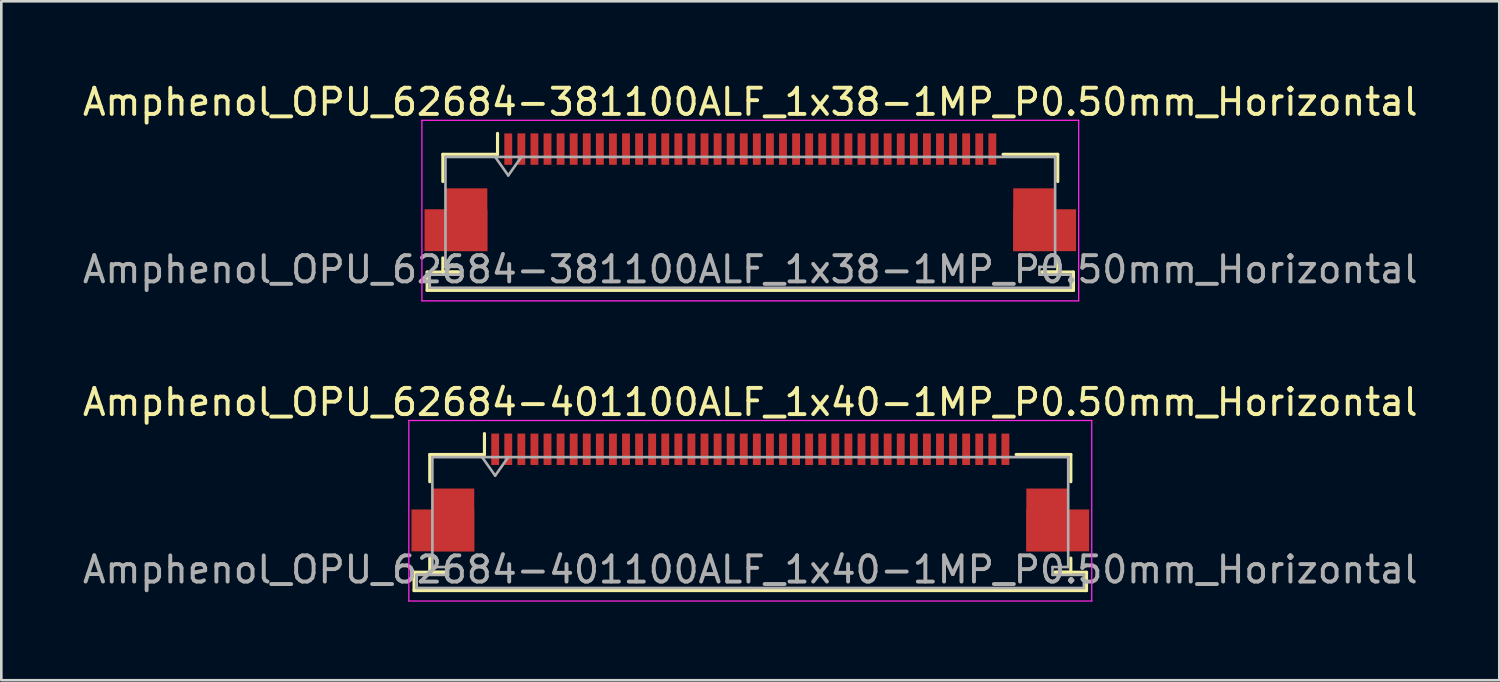
<source format=kicad_pcb>
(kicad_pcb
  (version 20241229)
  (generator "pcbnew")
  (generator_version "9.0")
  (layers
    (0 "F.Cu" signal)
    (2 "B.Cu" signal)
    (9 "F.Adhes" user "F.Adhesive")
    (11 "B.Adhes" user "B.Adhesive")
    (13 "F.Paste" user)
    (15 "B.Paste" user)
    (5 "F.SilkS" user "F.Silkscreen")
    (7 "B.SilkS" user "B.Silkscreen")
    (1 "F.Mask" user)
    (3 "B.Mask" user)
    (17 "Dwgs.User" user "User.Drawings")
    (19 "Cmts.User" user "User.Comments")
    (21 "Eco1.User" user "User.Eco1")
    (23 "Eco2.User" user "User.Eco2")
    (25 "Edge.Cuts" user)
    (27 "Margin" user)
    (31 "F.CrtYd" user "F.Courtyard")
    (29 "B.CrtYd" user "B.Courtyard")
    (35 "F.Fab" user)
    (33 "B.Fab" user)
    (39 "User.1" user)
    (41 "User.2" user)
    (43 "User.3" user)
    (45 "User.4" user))
  (footprint "Amphenol_OPU_62684-381100ALF_1x38-1MP_P0.50mm_Horizontal"
    (layer "F.Cu")
    (at 25.625 4.298)
    (property "Reference" "Amphenol_OPU_62684-381100ALF_1x38-1MP_P0.50mm_Horizontal" (at 0 -3.45 0) (layer "F.SilkS") (effects (font (size 1 1) (thickness 0.15))))
    (attr smd)
    (fp_line (start -12.35 3.05) (end -12.35 3.75) (stroke (width 0.12) (type solid)) (layer "F.SilkS"))
    (fp_line (start -12.35 3.75) (end 12.35 3.75) (stroke (width 0.12) (type solid)) (layer "F.SilkS"))
    (fp_line (start -11.75 -1.45) (end -11.75 -0.41) (stroke (width 0.12) (type solid)) (layer "F.SilkS"))
    (fp_line (start -11.75 2.51) (end -11.75 3.05) (stroke (width 0.12) (type solid)) (layer "F.SilkS"))
    (fp_line (start -11.75 3.05) (end -11.15 3.05) (stroke (width 0.12) (type solid)) (layer "F.SilkS"))
    (fp_line (start -11.15 3.05) (end -12.35 3.05) (stroke (width 0.12) (type solid)) (layer "F.SilkS"))
    (fp_line (start -9.66 -1.45) (end -11.75 -1.45) (stroke (width 0.12) (type solid)) (layer "F.SilkS"))
    (fp_line (start -9.66 -1.45) (end -9.66 -2.25) (stroke (width 0.12) (type solid)) (layer "F.SilkS"))
    (fp_line (start 9.66 -1.45) (end 11.75 -1.45) (stroke (width 0.12) (type solid)) (layer "F.SilkS"))
    (fp_line (start 11.15 3.05) (end 11.75 3.05) (stroke (width 0.12) (type solid)) (layer "F.SilkS"))
    (fp_line (start 11.75 -1.45) (end 11.75 -0.41) (stroke (width 0.12) (type solid)) (layer "F.SilkS"))
    (fp_line (start 11.75 3.05) (end 11.75 2.51) (stroke (width 0.12) (type solid)) (layer "F.SilkS"))
    (fp_line (start 12.35 3.05) (end 11.15 3.05) (stroke (width 0.12) (type solid)) (layer "F.SilkS"))
    (fp_line (start 12.35 3.75) (end 12.35 3.05) (stroke (width 0.12) (type solid)) (layer "F.SilkS"))
    (fp_line (start -12.55 -2.75) (end -12.55 4.15) (stroke (width 0.05) (type solid)) (layer "F.CrtYd"))
    (fp_line (start -12.55 4.15) (end 12.55 4.15) (stroke (width 0.05) (type solid)) (layer "F.CrtYd"))
    (fp_line (start 12.55 -2.75) (end -12.55 -2.75) (stroke (width 0.05) (type solid)) (layer "F.CrtYd"))
    (fp_line (start 12.55 4.15) (end 12.55 -2.75) (stroke (width 0.05) (type solid)) (layer "F.CrtYd"))
    (fp_line (start -12.25 3.15) (end -12.25 3.65) (stroke (width 0.1) (type solid)) (layer "F.Fab"))
    (fp_line (start -12.25 3.65) (end 0 3.65) (stroke (width 0.1) (type solid)) (layer "F.Fab"))
    (fp_line (start -11.65 -1.35) (end -11.65 2.85) (stroke (width 0.1) (type solid)) (layer "F.Fab"))
    (fp_line (start -11.65 2.85) (end -11.05 2.85) (stroke (width 0.1) (type solid)) (layer "F.Fab"))
    (fp_line (start -11.05 2.85) (end -11.05 3.15) (stroke (width 0.1) (type solid)) (layer "F.Fab"))
    (fp_line (start -11.05 3.15) (end -12.25 3.15) (stroke (width 0.1) (type solid)) (layer "F.Fab"))
    (fp_line (start -9.75 -1.35) (end -9.25 -0.643) (stroke (width 0.1) (type solid)) (layer "F.Fab"))
    (fp_line (start -9.25 -0.643) (end -8.75 -1.35) (stroke (width 0.1) (type solid)) (layer "F.Fab"))
    (fp_line (start 0 -1.35) (end -11.65 -1.35) (stroke (width 0.1) (type solid)) (layer "F.Fab"))
    (fp_line (start 0 -1.35) (end 11.65 -1.35) (stroke (width 0.1) (type solid)) (layer "F.Fab"))
    (fp_line (start 11.05 2.85) (end 11.05 3.15) (stroke (width 0.1) (type solid)) (layer "F.Fab"))
    (fp_line (start 11.05 3.15) (end 12.25 3.15) (stroke (width 0.1) (type solid)) (layer "F.Fab"))
    (fp_line (start 11.65 -1.35) (end 11.65 2.85) (stroke (width 0.1) (type solid)) (layer "F.Fab"))
    (fp_line (start 11.65 2.85) (end 11.05 2.85) (stroke (width 0.1) (type solid)) (layer "F.Fab"))
    (fp_line (start 12.25 3.15) (end 12.25 3.65) (stroke (width 0.1) (type solid)) (layer "F.Fab"))
    (fp_line (start 12.25 3.65) (end 0 3.65) (stroke (width 0.1) (type solid)) (layer "F.Fab"))
    (fp_text user "${REFERENCE}" (at 0 2.95 0) (layer "F.Fab") (effects (font (size 1 1) (thickness 0.15))))
    (pad "1" smd rect (at -9.25 -1.65) (size 0.3 1.2) (layers "F.Cu" "F.Mask" "F.Paste"))
    (pad "2" smd rect (at -8.75 -1.65) (size 0.3 1.2) (layers "F.Cu" "F.Mask" "F.Paste"))
    (pad "3" smd rect (at -8.25 -1.65) (size 0.3 1.2) (layers "F.Cu" "F.Mask" "F.Paste"))
    (pad "4" smd rect (at -7.75 -1.65) (size 0.3 1.2) (layers "F.Cu" "F.Mask" "F.Paste"))
    (pad "5" smd rect (at -7.25 -1.65) (size 0.3 1.2) (layers "F.Cu" "F.Mask" "F.Paste"))
    (pad "6" smd rect (at -6.75 -1.65) (size 0.3 1.2) (layers "F.Cu" "F.Mask" "F.Paste"))
    (pad "7" smd rect (at -6.25 -1.65) (size 0.3 1.2) (layers "F.Cu" "F.Mask" "F.Paste"))
    (pad "8" smd rect (at -5.75 -1.65) (size 0.3 1.2) (layers "F.Cu" "F.Mask" "F.Paste"))
    (pad "9" smd rect (at -5.25 -1.65) (size 0.3 1.2) (layers "F.Cu" "F.Mask" "F.Paste"))
    (pad "10" smd rect (at -4.75 -1.65) (size 0.3 1.2) (layers "F.Cu" "F.Mask" "F.Paste"))
    (pad "11" smd rect (at -4.25 -1.65) (size 0.3 1.2) (layers "F.Cu" "F.Mask" "F.Paste"))
    (pad "12" smd rect (at -3.75 -1.65) (size 0.3 1.2) (layers "F.Cu" "F.Mask" "F.Paste"))
    (pad "13" smd rect (at -3.25 -1.65) (size 0.3 1.2) (layers "F.Cu" "F.Mask" "F.Paste"))
    (pad "14" smd rect (at -2.75 -1.65) (size 0.3 1.2) (layers "F.Cu" "F.Mask" "F.Paste"))
    (pad "15" smd rect (at -2.25 -1.65) (size 0.3 1.2) (layers "F.Cu" "F.Mask" "F.Paste"))
    (pad "16" smd rect (at -1.75 -1.65) (size 0.3 1.2) (layers "F.Cu" "F.Mask" "F.Paste"))
    (pad "17" smd rect (at -1.25 -1.65) (size 0.3 1.2) (layers "F.Cu" "F.Mask" "F.Paste"))
    (pad "18" smd rect (at -0.75 -1.65) (size 0.3 1.2) (layers "F.Cu" "F.Mask" "F.Paste"))
    (pad "19" smd rect (at -0.25 -1.65) (size 0.3 1.2) (layers "F.Cu" "F.Mask" "F.Paste"))
    (pad "20" smd rect (at 0.25 -1.65) (size 0.3 1.2) (layers "F.Cu" "F.Mask" "F.Paste"))
    (pad "21" smd rect (at 0.75 -1.65) (size 0.3 1.2) (layers "F.Cu" "F.Mask" "F.Paste"))
    (pad "22" smd rect (at 1.25 -1.65) (size 0.3 1.2) (layers "F.Cu" "F.Mask" "F.Paste"))
    (pad "23" smd rect (at 1.75 -1.65) (size 0.3 1.2) (layers "F.Cu" "F.Mask" "F.Paste"))
    (pad "24" smd rect (at 2.25 -1.65) (size 0.3 1.2) (layers "F.Cu" "F.Mask" "F.Paste"))
    (pad "25" smd rect (at 2.75 -1.65) (size 0.3 1.2) (layers "F.Cu" "F.Mask" "F.Paste"))
    (pad "26" smd rect (at 3.25 -1.65) (size 0.3 1.2) (layers "F.Cu" "F.Mask" "F.Paste"))
    (pad "27" smd rect (at 3.75 -1.65) (size 0.3 1.2) (layers "F.Cu" "F.Mask" "F.Paste"))
    (pad "28" smd rect (at 4.25 -1.65) (size 0.3 1.2) (layers "F.Cu" "F.Mask" "F.Paste"))
    (pad "29" smd rect (at 4.75 -1.65) (size 0.3 1.2) (layers "F.Cu" "F.Mask" "F.Paste"))
    (pad "30" smd rect (at 5.25 -1.65) (size 0.3 1.2) (layers "F.Cu" "F.Mask" "F.Paste"))
    (pad "31" smd rect (at 5.75 -1.65) (size 0.3 1.2) (layers "F.Cu" "F.Mask" "F.Paste"))
    (pad "32" smd rect (at 6.25 -1.65) (size 0.3 1.2) (layers "F.Cu" "F.Mask" "F.Paste"))
    (pad "33" smd rect (at 6.75 -1.65) (size 0.3 1.2) (layers "F.Cu" "F.Mask" "F.Paste"))
    (pad "34" smd rect (at 7.25 -1.65) (size 0.3 1.2) (layers "F.Cu" "F.Mask" "F.Paste"))
    (pad "35" smd rect (at 7.75 -1.65) (size 0.3 1.2) (layers "F.Cu" "F.Mask" "F.Paste"))
    (pad "36" smd rect (at 8.25 -1.65) (size 0.3 1.2) (layers "F.Cu" "F.Mask" "F.Paste"))
    (pad "37" smd rect (at 8.75 -1.65) (size 0.3 1.2) (layers "F.Cu" "F.Mask" "F.Paste"))
    (pad "38" smd rect (at 9.25 -1.65) (size 0.3 1.2) (layers "F.Cu" "F.Mask" "F.Paste"))
    (pad "MP" smd rect (at -11.25 1.45) (size 2.4 1.6) (layers "F.Cu" "F.Mask" "F.Paste"))
    (pad "MP" smd rect (at -10.85 1.05) (size 1.6 2.4) (layers "F.Cu" "F.Mask" "F.Paste"))
    (pad "MP" smd rect (at 10.85 1.05) (size 1.6 2.4) (layers "F.Cu" "F.Mask" "F.Paste"))
    (pad "MP" smd rect (at 11.25 1.45) (size 2.4 1.6) (layers "F.Cu" "F.Mask" "F.Paste")))
  (footprint "Amphenol_OPU_62684-401100ALF_1x40-1MP_P0.50mm_Horizontal"
    (layer "F.Cu")
    (at 25.625 15.771)
    (property "Reference" "Amphenol_OPU_62684-401100ALF_1x40-1MP_P0.50mm_Horizontal" (at 0 -3.45 0) (layer "F.SilkS") (effects (font (size 1 1) (thickness 0.15))))
    (attr smd)
    (fp_line (start -12.85 3.05) (end -12.85 3.75) (stroke (width 0.12) (type solid)) (layer "F.SilkS"))
    (fp_line (start -12.85 3.75) (end 12.85 3.75) (stroke (width 0.12) (type solid)) (layer "F.SilkS"))
    (fp_line (start -12.25 -1.45) (end -12.25 -0.41) (stroke (width 0.12) (type solid)) (layer "F.SilkS"))
    (fp_line (start -12.25 2.51) (end -12.25 3.05) (stroke (width 0.12) (type solid)) (layer "F.SilkS"))
    (fp_line (start -12.25 3.05) (end -11.65 3.05) (stroke (width 0.12) (type solid)) (layer "F.SilkS"))
    (fp_line (start -11.65 3.05) (end -12.85 3.05) (stroke (width 0.12) (type solid)) (layer "F.SilkS"))
    (fp_line (start -10.16 -1.45) (end -12.25 -1.45) (stroke (width 0.12) (type solid)) (layer "F.SilkS"))
    (fp_line (start -10.16 -1.45) (end -10.16 -2.25) (stroke (width 0.12) (type solid)) (layer "F.SilkS"))
    (fp_line (start 10.16 -1.45) (end 12.25 -1.45) (stroke (width 0.12) (type solid)) (layer "F.SilkS"))
    (fp_line (start 11.65 3.05) (end 12.25 3.05) (stroke (width 0.12) (type solid)) (layer "F.SilkS"))
    (fp_line (start 12.25 -1.45) (end 12.25 -0.41) (stroke (width 0.12) (type solid)) (layer "F.SilkS"))
    (fp_line (start 12.25 3.05) (end 12.25 2.51) (stroke (width 0.12) (type solid)) (layer "F.SilkS"))
    (fp_line (start 12.85 3.05) (end 11.65 3.05) (stroke (width 0.12) (type solid)) (layer "F.SilkS"))
    (fp_line (start 12.85 3.75) (end 12.85 3.05) (stroke (width 0.12) (type solid)) (layer "F.SilkS"))
    (fp_line (start -13.05 -2.75) (end -13.05 4.15) (stroke (width 0.05) (type solid)) (layer "F.CrtYd"))
    (fp_line (start -13.05 4.15) (end 13.05 4.15) (stroke (width 0.05) (type solid)) (layer "F.CrtYd"))
    (fp_line (start 13.05 -2.75) (end -13.05 -2.75) (stroke (width 0.05) (type solid)) (layer "F.CrtYd"))
    (fp_line (start 13.05 4.15) (end 13.05 -2.75) (stroke (width 0.05) (type solid)) (layer "F.CrtYd"))
    (fp_line (start -12.75 3.15) (end -12.75 3.65) (stroke (width 0.1) (type solid)) (layer "F.Fab"))
    (fp_line (start -12.75 3.65) (end 0 3.65) (stroke (width 0.1) (type solid)) (layer "F.Fab"))
    (fp_line (start -12.15 -1.35) (end -12.15 2.85) (stroke (width 0.1) (type solid)) (layer "F.Fab"))
    (fp_line (start -12.15 2.85) (end -11.55 2.85) (stroke (width 0.1) (type solid)) (layer "F.Fab"))
    (fp_line (start -11.55 2.85) (end -11.55 3.15) (stroke (width 0.1) (type solid)) (layer "F.Fab"))
    (fp_line (start -11.55 3.15) (end -12.75 3.15) (stroke (width 0.1) (type solid)) (layer "F.Fab"))
    (fp_line (start -10.25 -1.35) (end -9.75 -0.643) (stroke (width 0.1) (type solid)) (layer "F.Fab"))
    (fp_line (start -9.75 -0.643) (end -9.25 -1.35) (stroke (width 0.1) (type solid)) (layer "F.Fab"))
    (fp_line (start 0 -1.35) (end -12.15 -1.35) (stroke (width 0.1) (type solid)) (layer "F.Fab"))
    (fp_line (start 0 -1.35) (end 12.15 -1.35) (stroke (width 0.1) (type solid)) (layer "F.Fab"))
    (fp_line (start 11.55 2.85) (end 11.55 3.15) (stroke (width 0.1) (type solid)) (layer "F.Fab"))
    (fp_line (start 11.55 3.15) (end 12.75 3.15) (stroke (width 0.1) (type solid)) (layer "F.Fab"))
    (fp_line (start 12.15 -1.35) (end 12.15 2.85) (stroke (width 0.1) (type solid)) (layer "F.Fab"))
    (fp_line (start 12.15 2.85) (end 11.55 2.85) (stroke (width 0.1) (type solid)) (layer "F.Fab"))
    (fp_line (start 12.75 3.15) (end 12.75 3.65) (stroke (width 0.1) (type solid)) (layer "F.Fab"))
    (fp_line (start 12.75 3.65) (end 0 3.65) (stroke (width 0.1) (type solid)) (layer "F.Fab"))
    (fp_text user "${REFERENCE}" (at 0 2.95 0) (layer "F.Fab") (effects (font (size 1 1) (thickness 0.15))))
    (pad "1" smd rect (at -9.75 -1.65) (size 0.3 1.2) (layers "F.Cu" "F.Mask" "F.Paste"))
    (pad "2" smd rect (at -9.25 -1.65) (size 0.3 1.2) (layers "F.Cu" "F.Mask" "F.Paste"))
    (pad "3" smd rect (at -8.75 -1.65) (size 0.3 1.2) (layers "F.Cu" "F.Mask" "F.Paste"))
    (pad "4" smd rect (at -8.25 -1.65) (size 0.3 1.2) (layers "F.Cu" "F.Mask" "F.Paste"))
    (pad "5" smd rect (at -7.75 -1.65) (size 0.3 1.2) (layers "F.Cu" "F.Mask" "F.Paste"))
    (pad "6" smd rect (at -7.25 -1.65) (size 0.3 1.2) (layers "F.Cu" "F.Mask" "F.Paste"))
    (pad "7" smd rect (at -6.75 -1.65) (size 0.3 1.2) (layers "F.Cu" "F.Mask" "F.Paste"))
    (pad "8" smd rect (at -6.25 -1.65) (size 0.3 1.2) (layers "F.Cu" "F.Mask" "F.Paste"))
    (pad "9" smd rect (at -5.75 -1.65) (size 0.3 1.2) (layers "F.Cu" "F.Mask" "F.Paste"))
    (pad "10" smd rect (at -5.25 -1.65) (size 0.3 1.2) (layers "F.Cu" "F.Mask" "F.Paste"))
    (pad "11" smd rect (at -4.75 -1.65) (size 0.3 1.2) (layers "F.Cu" "F.Mask" "F.Paste"))
    (pad "12" smd rect (at -4.25 -1.65) (size 0.3 1.2) (layers "F.Cu" "F.Mask" "F.Paste"))
    (pad "13" smd rect (at -3.75 -1.65) (size 0.3 1.2) (layers "F.Cu" "F.Mask" "F.Paste"))
    (pad "14" smd rect (at -3.25 -1.65) (size 0.3 1.2) (layers "F.Cu" "F.Mask" "F.Paste"))
    (pad "15" smd rect (at -2.75 -1.65) (size 0.3 1.2) (layers "F.Cu" "F.Mask" "F.Paste"))
    (pad "16" smd rect (at -2.25 -1.65) (size 0.3 1.2) (layers "F.Cu" "F.Mask" "F.Paste"))
    (pad "17" smd rect (at -1.75 -1.65) (size 0.3 1.2) (layers "F.Cu" "F.Mask" "F.Paste"))
    (pad "18" smd rect (at -1.25 -1.65) (size 0.3 1.2) (layers "F.Cu" "F.Mask" "F.Paste"))
    (pad "19" smd rect (at -0.75 -1.65) (size 0.3 1.2) (layers "F.Cu" "F.Mask" "F.Paste"))
    (pad "20" smd rect (at -0.25 -1.65) (size 0.3 1.2) (layers "F.Cu" "F.Mask" "F.Paste"))
    (pad "21" smd rect (at 0.25 -1.65) (size 0.3 1.2) (layers "F.Cu" "F.Mask" "F.Paste"))
    (pad "22" smd rect (at 0.75 -1.65) (size 0.3 1.2) (layers "F.Cu" "F.Mask" "F.Paste"))
    (pad "23" smd rect (at 1.25 -1.65) (size 0.3 1.2) (layers "F.Cu" "F.Mask" "F.Paste"))
    (pad "24" smd rect (at 1.75 -1.65) (size 0.3 1.2) (layers "F.Cu" "F.Mask" "F.Paste"))
    (pad "25" smd rect (at 2.25 -1.65) (size 0.3 1.2) (layers "F.Cu" "F.Mask" "F.Paste"))
    (pad "26" smd rect (at 2.75 -1.65) (size 0.3 1.2) (layers "F.Cu" "F.Mask" "F.Paste"))
    (pad "27" smd rect (at 3.25 -1.65) (size 0.3 1.2) (layers "F.Cu" "F.Mask" "F.Paste"))
    (pad "28" smd rect (at 3.75 -1.65) (size 0.3 1.2) (layers "F.Cu" "F.Mask" "F.Paste"))
    (pad "29" smd rect (at 4.25 -1.65) (size 0.3 1.2) (layers "F.Cu" "F.Mask" "F.Paste"))
    (pad "30" smd rect (at 4.75 -1.65) (size 0.3 1.2) (layers "F.Cu" "F.Mask" "F.Paste"))
    (pad "31" smd rect (at 5.25 -1.65) (size 0.3 1.2) (layers "F.Cu" "F.Mask" "F.Paste"))
    (pad "32" smd rect (at 5.75 -1.65) (size 0.3 1.2) (layers "F.Cu" "F.Mask" "F.Paste"))
    (pad "33" smd rect (at 6.25 -1.65) (size 0.3 1.2) (layers "F.Cu" "F.Mask" "F.Paste"))
    (pad "34" smd rect (at 6.75 -1.65) (size 0.3 1.2) (layers "F.Cu" "F.Mask" "F.Paste"))
    (pad "35" smd rect (at 7.25 -1.65) (size 0.3 1.2) (layers "F.Cu" "F.Mask" "F.Paste"))
    (pad "36" smd rect (at 7.75 -1.65) (size 0.3 1.2) (layers "F.Cu" "F.Mask" "F.Paste"))
    (pad "37" smd rect (at 8.25 -1.65) (size 0.3 1.2) (layers "F.Cu" "F.Mask" "F.Paste"))
    (pad "38" smd rect (at 8.75 -1.65) (size 0.3 1.2) (layers "F.Cu" "F.Mask" "F.Paste"))
    (pad "39" smd rect (at 9.25 -1.65) (size 0.3 1.2) (layers "F.Cu" "F.Mask" "F.Paste"))
    (pad "40" smd rect (at 9.75 -1.65) (size 0.3 1.2) (layers "F.Cu" "F.Mask" "F.Paste"))
    (pad "MP" smd rect (at -11.75 1.45) (size 2.4 1.6) (layers "F.Cu" "F.Mask" "F.Paste"))
    (pad "MP" smd rect (at -11.35 1.05) (size 1.6 2.4) (layers "F.Cu" "F.Mask" "F.Paste"))
    (pad "MP" smd rect (at 11.35 1.05) (size 1.6 2.4) (layers "F.Cu" "F.Mask" "F.Paste"))
    (pad "MP" smd rect (at 11.75 1.45) (size 2.4 1.6) (layers "F.Cu" "F.Mask" "F.Paste")))
  (gr_rect
    (start -3 -3)
    (end 54.25 22.947)
    (stroke (width 0.1) (type default))
    (fill no)
    (layer "Edge.Cuts")))
</source>
